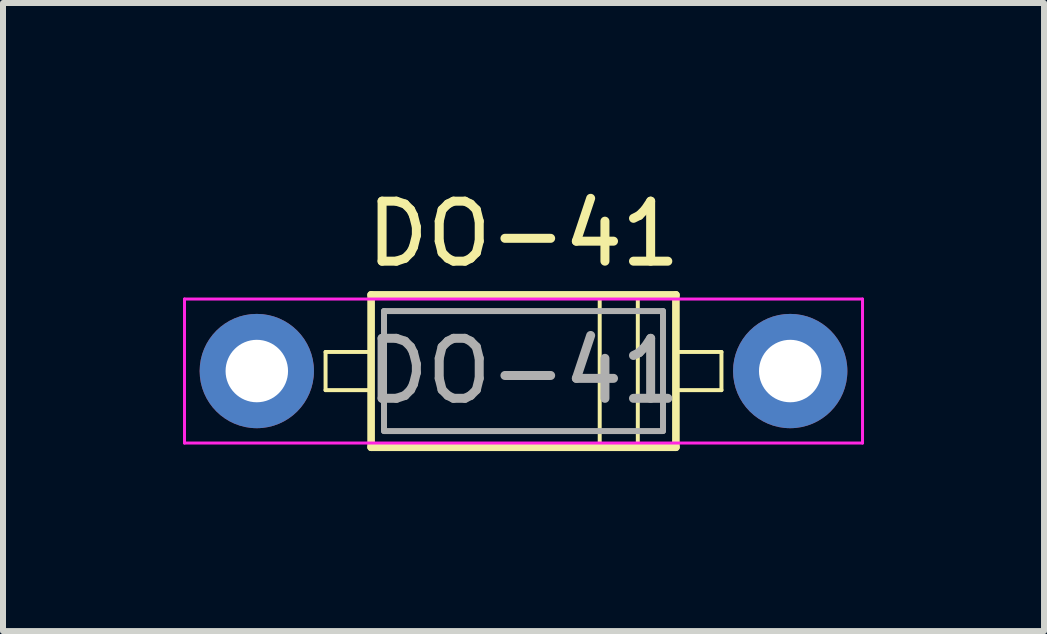
<source format=kicad_pcb>
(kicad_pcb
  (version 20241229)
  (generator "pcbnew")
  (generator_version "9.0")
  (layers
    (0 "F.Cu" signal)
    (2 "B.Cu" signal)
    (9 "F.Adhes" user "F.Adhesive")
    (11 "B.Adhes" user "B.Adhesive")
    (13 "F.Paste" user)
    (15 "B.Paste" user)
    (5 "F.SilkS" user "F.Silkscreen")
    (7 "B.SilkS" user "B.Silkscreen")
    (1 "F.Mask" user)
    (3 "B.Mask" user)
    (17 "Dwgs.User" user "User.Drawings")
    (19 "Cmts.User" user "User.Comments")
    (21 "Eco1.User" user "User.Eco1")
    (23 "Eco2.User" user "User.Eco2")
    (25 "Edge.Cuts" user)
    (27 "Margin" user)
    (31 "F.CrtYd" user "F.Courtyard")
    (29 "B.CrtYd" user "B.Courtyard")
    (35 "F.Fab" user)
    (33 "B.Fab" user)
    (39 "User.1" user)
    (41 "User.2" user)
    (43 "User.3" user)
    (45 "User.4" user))
  (footprint "DO-41"
    (layer "F.Cu")
    (at 5.675 3.134)
    (property "Reference" "DO-41" (at 0 -2.286 0) (layer "F.SilkS") (effects (font (size 1 1) (thickness 0.15))))
    (attr exclude_from_pos_files exclude_from_bom)
    (fp_line (start -3.299 -0.318) (end -2.54 -0.318) (stroke (width 0.066) (type solid)) (layer "F.SilkS"))
    (fp_line (start -3.299 0.318) (end -3.299 -0.318) (stroke (width 0.066) (type solid)) (layer "F.SilkS"))
    (fp_line (start -3.299 0.318) (end -2.54 0.318) (stroke (width 0.066) (type solid)) (layer "F.SilkS"))
    (fp_line (start -2.54 -1.27) (end 2.54 -1.27) (stroke (width 0.127) (type solid)) (layer "F.SilkS"))
    (fp_line (start -2.54 0.318) (end -2.54 -0.318) (stroke (width 0.066) (type solid)) (layer "F.SilkS"))
    (fp_line (start -2.54 1.27) (end -2.54 -1.27) (stroke (width 0.127) (type solid)) (layer "F.SilkS"))
    (fp_line (start 1.27 -1.27) (end 1.905 -1.27) (stroke (width 0.066) (type solid)) (layer "F.SilkS"))
    (fp_line (start 1.27 1.27) (end 1.27 -1.27) (stroke (width 0.066) (type solid)) (layer "F.SilkS"))
    (fp_line (start 1.27 1.27) (end 1.905 1.27) (stroke (width 0.066) (type solid)) (layer "F.SilkS"))
    (fp_line (start 1.905 1.27) (end 1.905 -1.27) (stroke (width 0.066) (type solid)) (layer "F.SilkS"))
    (fp_line (start 2.54 -1.27) (end 2.54 1.27) (stroke (width 0.127) (type solid)) (layer "F.SilkS"))
    (fp_line (start 2.54 -0.318) (end 3.299 -0.318) (stroke (width 0.066) (type solid)) (layer "F.SilkS"))
    (fp_line (start 2.54 0.318) (end 2.54 -0.318) (stroke (width 0.066) (type solid)) (layer "F.SilkS"))
    (fp_line (start 2.54 0.318) (end 3.299 0.318) (stroke (width 0.066) (type solid)) (layer "F.SilkS"))
    (fp_line (start 2.54 1.27) (end -2.54 1.27) (stroke (width 0.127) (type solid)) (layer "F.SilkS"))
    (fp_line (start 3.299 0.318) (end 3.299 -0.318) (stroke (width 0.066) (type solid)) (layer "F.SilkS"))
    (fp_line (start -5.65 -1.2) (end -5.65 1.2) (stroke (width 0.05) (type solid)) (layer "F.CrtYd"))
    (fp_line (start -5.65 1.2) (end 5.65 1.2) (stroke (width 0.05) (type solid)) (layer "F.CrtYd"))
    (fp_line (start 5.65 -1.2) (end -5.65 -1.2) (stroke (width 0.05) (type solid)) (layer "F.CrtYd"))
    (fp_line (start 5.65 1.2) (end 5.65 -1.2) (stroke (width 0.05) (type solid)) (layer "F.CrtYd"))
    (fp_line (start -2.325 -1) (end 2.325 -1) (stroke (width 0.1) (type solid)) (layer "F.Fab"))
    (fp_line (start -2.325 1) (end -2.325 -1) (stroke (width 0.1) (type solid)) (layer "F.Fab"))
    (fp_line (start 2.325 -1) (end 2.325 1) (stroke (width 0.1) (type solid)) (layer "F.Fab"))
    (fp_line (start 2.325 1) (end -2.325 1) (stroke (width 0.1) (type solid)) (layer "F.Fab"))
    (fp_text user "${REFERENCE}" (at 0 0 0) (layer "F.Fab") (effects (font (size 1 1) (thickness 0.15))))
    (pad "1" thru_hole circle (at -4.445 0) (size 1.905 1.905) (drill 1.041) (layers "*.Cu" "*.Mask"))
    (pad "2" thru_hole circle (at 4.445 0) (size 1.905 1.905) (drill 1.041) (layers "*.Cu" "*.Mask")))
  (gr_rect
    (start -3 -3)
    (end 14.35 7.468)
    (stroke (width 0.1) (type default))
    (fill no)
    (layer "Edge.Cuts")))
</source>
